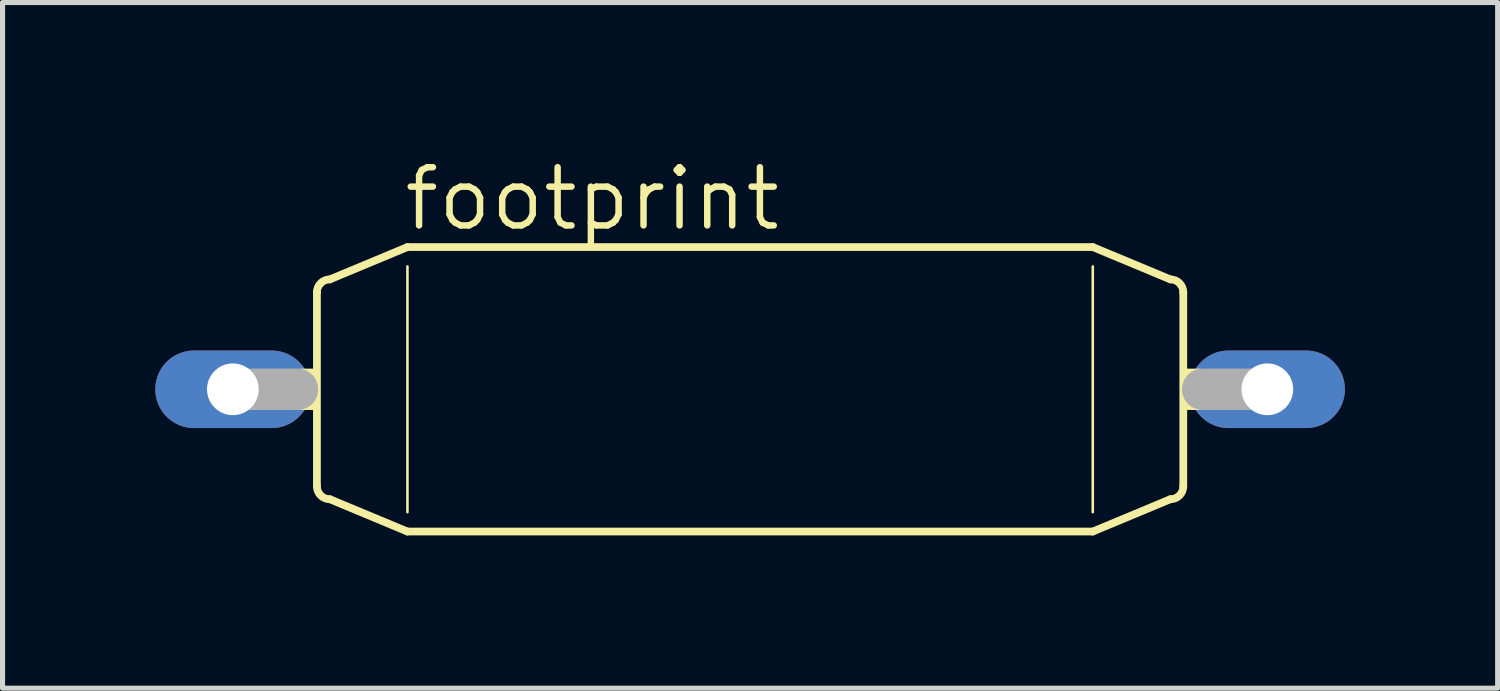
<source format=kicad_pcb>
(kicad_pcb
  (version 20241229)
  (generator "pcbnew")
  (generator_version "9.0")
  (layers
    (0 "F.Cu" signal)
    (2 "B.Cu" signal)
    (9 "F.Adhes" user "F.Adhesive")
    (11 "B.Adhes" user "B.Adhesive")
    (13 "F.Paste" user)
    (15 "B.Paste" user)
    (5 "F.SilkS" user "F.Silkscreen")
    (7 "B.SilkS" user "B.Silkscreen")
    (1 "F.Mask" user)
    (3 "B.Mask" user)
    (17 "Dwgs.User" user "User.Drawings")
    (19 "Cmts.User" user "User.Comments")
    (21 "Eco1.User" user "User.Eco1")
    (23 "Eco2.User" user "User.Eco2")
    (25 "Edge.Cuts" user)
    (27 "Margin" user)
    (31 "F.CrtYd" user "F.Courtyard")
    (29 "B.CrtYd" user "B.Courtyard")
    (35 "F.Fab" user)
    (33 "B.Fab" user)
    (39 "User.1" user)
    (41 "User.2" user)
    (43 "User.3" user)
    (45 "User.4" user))
  (footprint "footprint"
    (layer "F.Cu")
    (at 11.684 4.597)
    (property "Reference" "footprint" (at -6.858 -3.073 0) (layer "F.SilkS") (effects (font (size 1.143 1.143) (thickness 0.127)) (justify left bottom)))
    (fp_line (start -8.509 1.905) (end -8.509 -1.905) (stroke (width 0.152) (type solid)) (layer "F.SilkS"))
    (fp_line (start -8.255 -2.159) (end -6.731 -2.794) (stroke (width 0.152) (type solid)) (layer "F.SilkS"))
    (fp_line (start -8.255 2.159) (end -6.731 2.794) (stroke (width 0.152) (type solid)) (layer "F.SilkS"))
    (fp_line (start -6.731 -2.413) (end -6.731 2.413) (stroke (width 0.051) (type solid)) (layer "F.SilkS"))
    (fp_line (start 6.731 -2.794) (end -6.731 -2.794) (stroke (width 0.152) (type solid)) (layer "F.SilkS"))
    (fp_line (start 6.731 -2.413) (end 6.731 2.413) (stroke (width 0.051) (type solid)) (layer "F.SilkS"))
    (fp_line (start 6.731 2.794) (end -6.731 2.794) (stroke (width 0.152) (type solid)) (layer "F.SilkS"))
    (fp_line (start 8.255 -2.159) (end 6.731 -2.794) (stroke (width 0.152) (type solid)) (layer "F.SilkS"))
    (fp_line (start 8.255 2.159) (end 6.731 2.794) (stroke (width 0.152) (type solid)) (layer "F.SilkS"))
    (fp_line (start 8.509 1.905) (end 8.509 -1.905) (stroke (width 0.152) (type solid)) (layer "F.SilkS"))
    (fp_arc (start -8.509 -1.905) (mid -8.434605 -2.084605) (end -8.255 -2.159) (stroke (width 0.1524) (type solid)) (layer "F.SilkS"))
    (fp_arc (start -8.255 2.159) (mid -8.434605 2.084605) (end -8.509 1.905) (stroke (width 0.1524) (type solid)) (layer "F.SilkS"))
    (fp_arc (start 8.255 -2.159) (mid 8.434605 -2.084605) (end 8.509 -1.905) (stroke (width 0.1524) (type solid)) (layer "F.SilkS"))
    (fp_arc (start 8.509 1.905) (mid 8.434605 2.084605) (end 8.255 2.159) (stroke (width 0.1524) (type solid)) (layer "F.SilkS"))
    (fp_poly (pts (xy -8.839 0.406) (xy -8.509 0.406) (xy -8.509 -0.406) (xy -8.839 -0.406)) (stroke (width 0) (type solid)) (fill yes) (layer "F.SilkS"))
    (fp_poly (pts (xy 8.509 0.406) (xy 8.839 0.406) (xy 8.839 -0.406) (xy 8.509 -0.406)) (stroke (width 0) (type solid)) (fill yes) (layer "F.SilkS"))
    (fp_line (start -10.033 0) (end -8.89 0) (stroke (width 0.813) (type solid)) (layer "F.Fab"))
    (fp_line (start 10.033 0) (end 8.89 0) (stroke (width 0.813) (type solid)) (layer "F.Fab"))
    (pad "1" thru_hole oval (at -10.16 0) (size 3.048 1.524) (drill 1.016) (layers "*.Cu" "*.Mask"))
    (pad "2" thru_hole oval (at 10.16 0) (size 3.048 1.524) (drill 1.016) (layers "*.Cu" "*.Mask")))
  (gr_rect
    (start -3 -3)
    (end 26.368 10.468)
    (stroke (width 0.1) (type default))
    (fill no)
    (layer "Edge.Cuts")))
</source>
